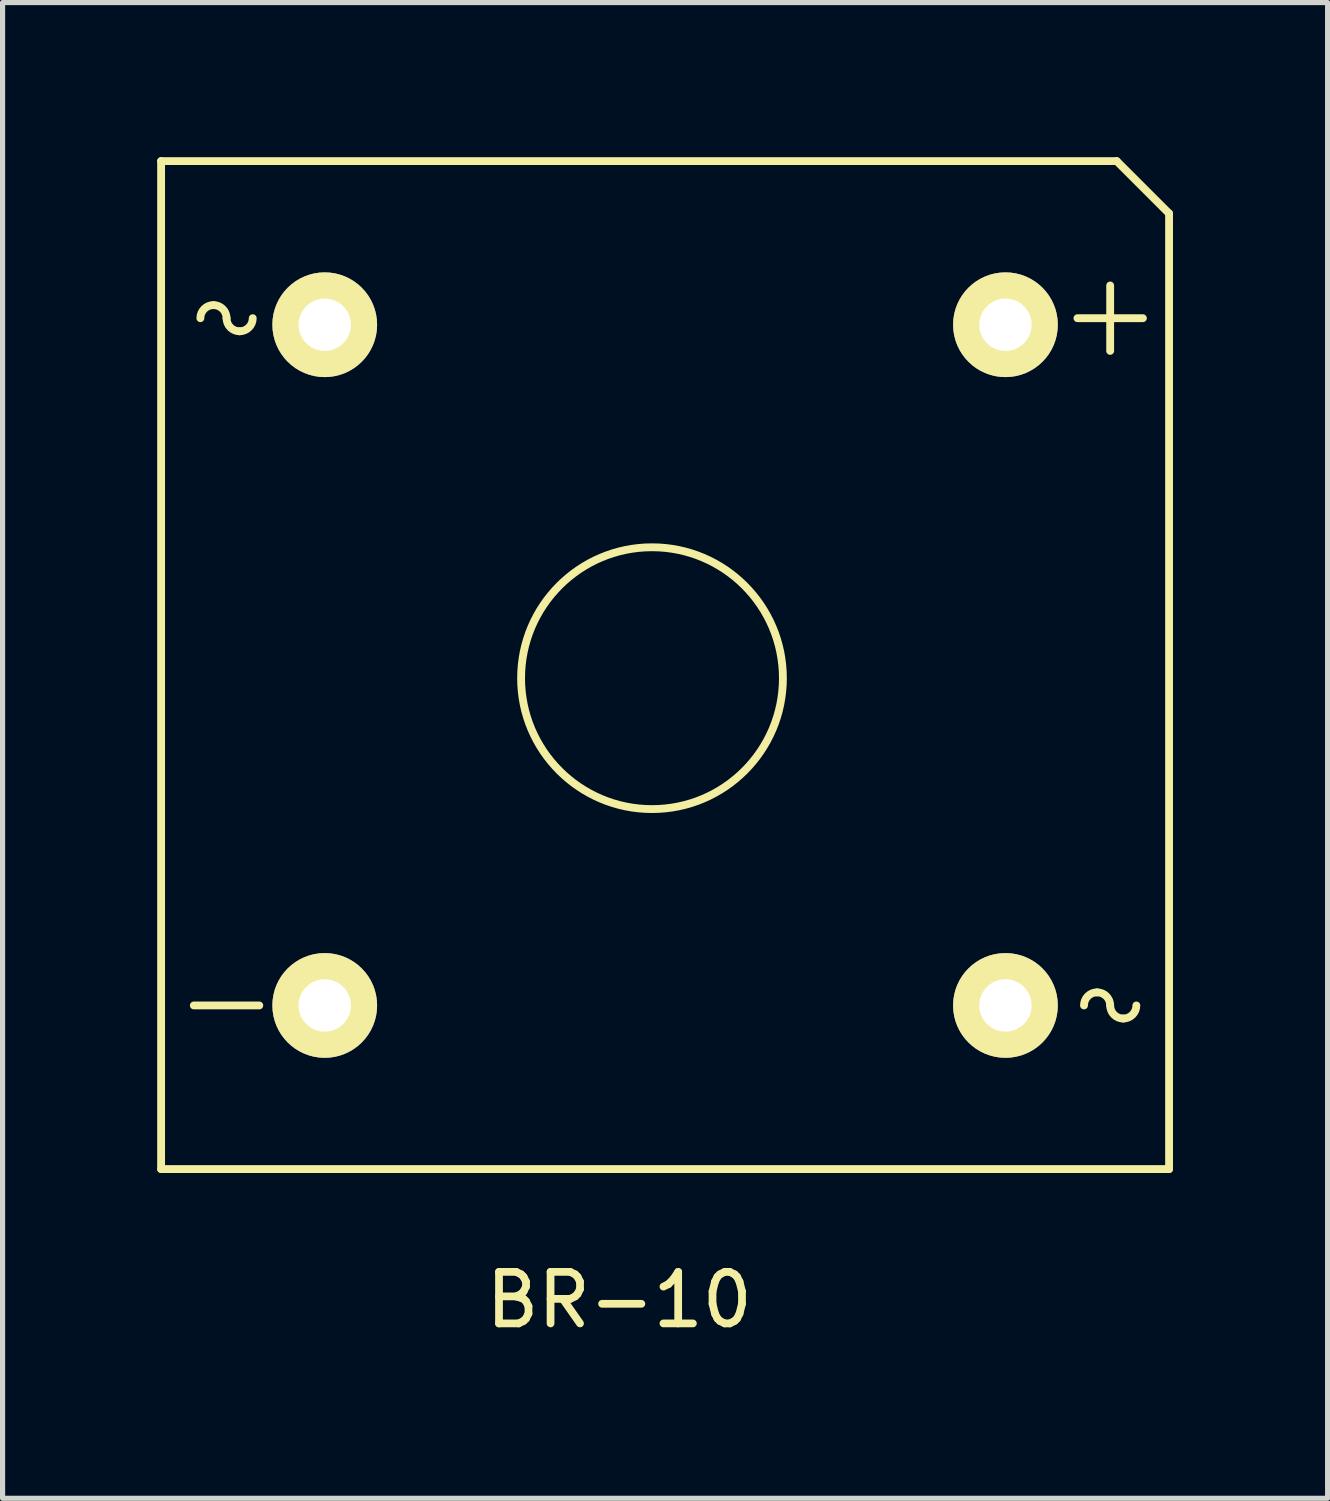
<source format=kicad_pcb>
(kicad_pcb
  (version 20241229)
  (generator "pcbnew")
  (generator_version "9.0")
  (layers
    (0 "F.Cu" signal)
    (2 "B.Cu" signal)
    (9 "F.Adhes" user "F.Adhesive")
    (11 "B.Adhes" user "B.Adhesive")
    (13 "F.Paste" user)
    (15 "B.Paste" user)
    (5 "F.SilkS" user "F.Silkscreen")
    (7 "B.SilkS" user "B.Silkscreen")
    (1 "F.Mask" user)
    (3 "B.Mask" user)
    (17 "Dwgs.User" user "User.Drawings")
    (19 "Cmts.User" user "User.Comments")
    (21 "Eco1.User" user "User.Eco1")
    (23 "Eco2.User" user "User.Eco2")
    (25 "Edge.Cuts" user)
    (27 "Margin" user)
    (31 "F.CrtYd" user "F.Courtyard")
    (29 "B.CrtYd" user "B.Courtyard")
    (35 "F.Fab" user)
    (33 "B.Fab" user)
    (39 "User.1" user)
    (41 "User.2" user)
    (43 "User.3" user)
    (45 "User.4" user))
  (footprint "BR-10"
    (layer "F.Cu")
    (at 3.251 16.459)
    (property "Reference" "BR-10" (at 5.715 5.715 0) (layer "F.SilkS") (effects (font (size 1 1) (thickness 0.15))))
    (attr through_hole)
    (fp_line (start -3.175 -16.383) (end 15.367 -16.383) (stroke (width 0.152) (type solid)) (layer "F.SilkS"))
    (fp_line (start -3.175 3.175) (end -3.175 -16.383) (stroke (width 0.152) (type solid)) (layer "F.SilkS"))
    (fp_line (start -3.175 3.175) (end 16.383 3.175) (stroke (width 0.152) (type solid)) (layer "F.SilkS"))
    (fp_line (start -2.54 0) (end -1.27 0) (stroke (width 0.152) (type solid)) (layer "F.SilkS"))
    (fp_line (start 14.605 -13.335) (end 15.875 -13.335) (stroke (width 0.152) (type solid)) (layer "F.SilkS"))
    (fp_line (start 15.24 -12.7) (end 15.24 -13.97) (stroke (width 0.152) (type solid)) (layer "F.SilkS"))
    (fp_line (start 15.367 -16.383) (end 16.383 -15.367) (stroke (width 0.152) (type solid)) (layer "F.SilkS"))
    (fp_line (start 16.383 3.175) (end 16.383 -15.367) (stroke (width 0.152) (type solid)) (layer "F.SilkS"))
    (fp_arc (start -2.413 -13.335) (mid -2.338605 -13.514605) (end -2.159 -13.589) (stroke (width 0.1524) (type solid)) (layer "F.SilkS"))
    (fp_arc (start -2.159 -13.589) (mid -1.979395 -13.514605) (end -1.905 -13.335) (stroke (width 0.1524) (type solid)) (layer "F.SilkS"))
    (fp_arc (start -1.651 -13.081) (mid -1.830605 -13.155395) (end -1.905 -13.335) (stroke (width 0.1524) (type solid)) (layer "F.SilkS"))
    (fp_arc (start -1.397 -13.335) (mid -1.471395 -13.155395) (end -1.651 -13.081) (stroke (width 0.1524) (type solid)) (layer "F.SilkS"))
    (fp_arc (start 14.732 0) (mid 14.806395 -0.179605) (end 14.986 -0.254) (stroke (width 0.1524) (type solid)) (layer "F.SilkS"))
    (fp_arc (start 14.986 -0.254) (mid 15.165605 -0.179605) (end 15.24 0) (stroke (width 0.1524) (type solid)) (layer "F.SilkS"))
    (fp_arc (start 15.494 0.254) (mid 15.314395 0.179605) (end 15.24 0) (stroke (width 0.1524) (type solid)) (layer "F.SilkS"))
    (fp_arc (start 15.748 0) (mid 15.673605 0.179605) (end 15.494 0.254) (stroke (width 0.1524) (type solid)) (layer "F.SilkS"))
    (fp_circle (center 6.35 -6.35) (end 8.89 -6.35) (stroke (width 0.152) (type solid)) (fill no) (layer "F.SilkS"))
    (pad "1" thru_hole circle (at 0 0) (size 2.032 2.032) (drill 1.016) (layers "*.Cu" "*.Mask" "F.SilkS"))
    (pad "2" thru_hole circle (at 13.208 0) (size 2.032 2.032) (drill 1.016) (layers "*.Cu" "*.Mask" "F.SilkS"))
    (pad "3" thru_hole circle (at 13.208 -13.208) (size 2.032 2.032) (drill 1.016) (layers "*.Cu" "*.Mask" "F.SilkS"))
    (pad "4" thru_hole circle (at 0 -13.208) (size 2.032 2.032) (drill 1.016) (layers "*.Cu" "*.Mask" "F.SilkS")))
  (gr_rect
    (start -3 -3)
    (end 22.71 26.022)
    (stroke (width 0.1) (type default))
    (fill no)
    (layer "Edge.Cuts")))
</source>
